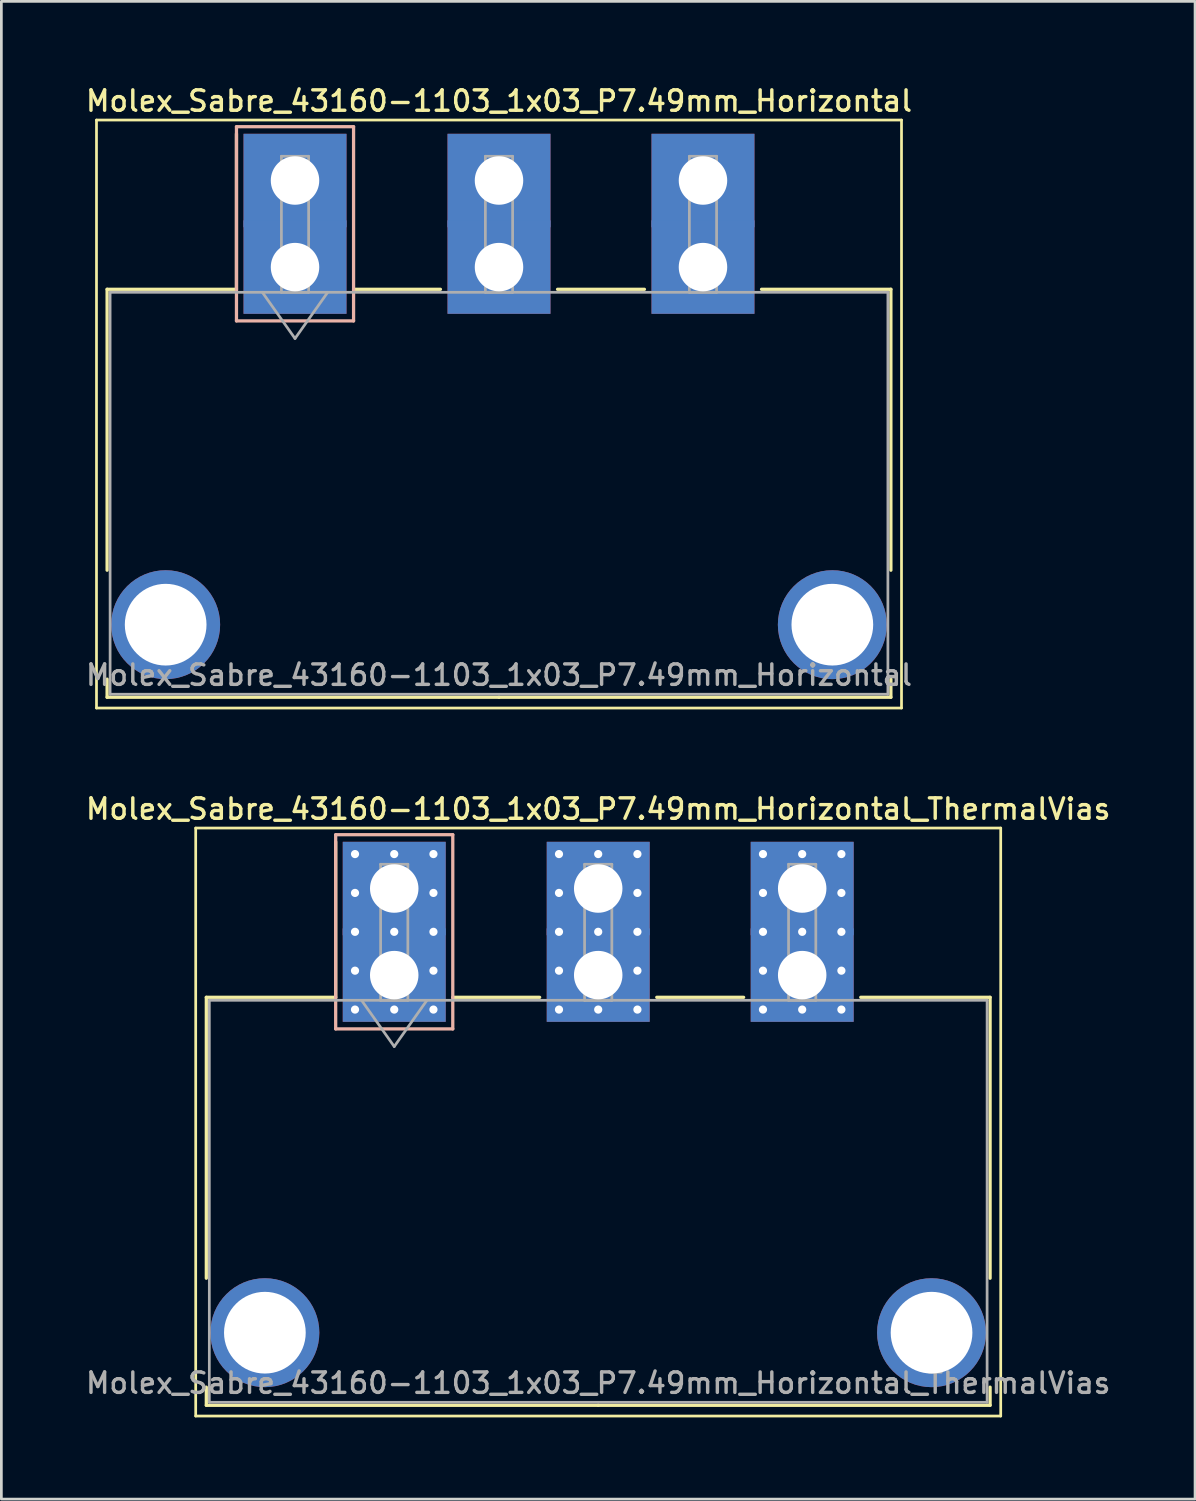
<source format=kicad_pcb>
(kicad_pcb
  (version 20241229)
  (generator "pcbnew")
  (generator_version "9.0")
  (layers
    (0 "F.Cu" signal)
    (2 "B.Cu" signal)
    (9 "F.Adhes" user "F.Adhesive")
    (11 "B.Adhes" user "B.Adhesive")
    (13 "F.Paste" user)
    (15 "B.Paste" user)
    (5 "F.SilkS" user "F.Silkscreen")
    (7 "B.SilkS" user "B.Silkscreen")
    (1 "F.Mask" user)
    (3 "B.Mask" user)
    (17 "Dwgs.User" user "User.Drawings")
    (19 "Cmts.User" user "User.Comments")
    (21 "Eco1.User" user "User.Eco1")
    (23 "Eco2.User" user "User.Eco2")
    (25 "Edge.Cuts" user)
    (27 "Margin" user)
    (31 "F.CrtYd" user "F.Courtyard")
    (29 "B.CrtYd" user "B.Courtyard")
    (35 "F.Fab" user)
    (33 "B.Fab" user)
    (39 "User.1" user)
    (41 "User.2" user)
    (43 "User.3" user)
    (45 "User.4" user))
  (footprint "Molex_Sabre_43160-1103_1x03_P7.49mm_Horizontal"
    (layer "F.Cu")
    (at 7.783 6.758)
    (property "Reference" "Molex_Sabre_43160-1103_1x03_P7.49mm_Horizontal" (at 7.49 -6.1 0) (layer "F.SilkS") (effects (font (size 0.75 0.75) (thickness 0.125))))
    (attr through_hole)
    (fp_line (start -7.29 -5.4) (end -7.29 16.19) (stroke (width 0.1) (type solid)) (layer "F.SilkS"))
    (fp_line (start -7.29 16.19) (end 22.27 16.19) (stroke (width 0.1) (type solid)) (layer "F.SilkS"))
    (fp_line (start -6.9 0.815) (end -6.9 11.13) (stroke (width 0.12) (type solid)) (layer "F.SilkS"))
    (fp_line (start -6.9 15.13) (end -6.9 15.795) (stroke (width 0.12) (type solid)) (layer "F.SilkS"))
    (fp_line (start -6.9 15.795) (end 7.49 15.795) (stroke (width 0.12) (type solid)) (layer "F.SilkS"))
    (fp_line (start -2.15 0.815) (end -6.9 0.815) (stroke (width 0.12) (type solid)) (layer "F.SilkS"))
    (fp_line (start -2.15 0.815) (end -2.15 -4.895) (stroke (width 0.12) (type solid)) (layer "F.SilkS"))
    (fp_line (start 2.15 0.815) (end 5.34 0.815) (stroke (width 0.12) (type solid)) (layer "F.SilkS"))
    (fp_line (start 9.64 0.815) (end 12.83 0.815) (stroke (width 0.12) (type solid)) (layer "F.SilkS"))
    (fp_line (start 17.13 0.815) (end 21.88 0.815) (stroke (width 0.12) (type solid)) (layer "F.SilkS"))
    (fp_line (start 21.88 0.815) (end 21.88 11.13) (stroke (width 0.12) (type solid)) (layer "F.SilkS"))
    (fp_line (start 21.88 15.13) (end 21.88 15.795) (stroke (width 0.12) (type solid)) (layer "F.SilkS"))
    (fp_line (start 21.88 15.795) (end 7.49 15.795) (stroke (width 0.12) (type solid)) (layer "F.SilkS"))
    (fp_line (start 22.27 -5.4) (end -7.29 -5.4) (stroke (width 0.1) (type solid)) (layer "F.SilkS"))
    (fp_line (start 22.27 16.19) (end 22.27 -5.4) (stroke (width 0.1) (type solid)) (layer "F.SilkS"))
    (fp_line (start -2.15 -5.155) (end -2.15 1.975) (stroke (width 0.12) (type solid)) (layer "B.SilkS"))
    (fp_line (start -2.15 1.975) (end 2.15 1.975) (stroke (width 0.12) (type solid)) (layer "B.SilkS"))
    (fp_line (start 2.15 -5.155) (end -2.15 -5.155) (stroke (width 0.12) (type solid)) (layer "B.SilkS"))
    (fp_line (start 2.15 1.975) (end 2.15 -5.155) (stroke (width 0.12) (type solid)) (layer "B.SilkS"))
    (fp_line (start -6.79 0.925) (end -6.79 15.685) (stroke (width 0.1) (type solid)) (layer "F.Fab"))
    (fp_line (start -6.79 15.685) (end 21.77 15.685) (stroke (width 0.1) (type solid)) (layer "F.Fab"))
    (fp_line (start -1.2 0.925) (end 0 2.622) (stroke (width 0.1) (type solid)) (layer "F.Fab"))
    (fp_line (start -0.5 -4.07) (end 0.5 -4.07) (stroke (width 0.1) (type solid)) (layer "F.Fab"))
    (fp_line (start -0.5 0.925) (end -0.5 -4.07) (stroke (width 0.1) (type solid)) (layer "F.Fab"))
    (fp_line (start 0 2.622) (end 1.2 0.925) (stroke (width 0.1) (type solid)) (layer "F.Fab"))
    (fp_line (start 0.5 -4.07) (end 0.5 0.925) (stroke (width 0.1) (type solid)) (layer "F.Fab"))
    (fp_line (start 0.5 0.925) (end -0.5 0.925) (stroke (width 0.1) (type solid)) (layer "F.Fab"))
    (fp_line (start 6.99 -4.07) (end 7.99 -4.07) (stroke (width 0.1) (type solid)) (layer "F.Fab"))
    (fp_line (start 6.99 0.925) (end 6.99 -4.07) (stroke (width 0.1) (type solid)) (layer "F.Fab"))
    (fp_line (start 7.99 -4.07) (end 7.99 0.925) (stroke (width 0.1) (type solid)) (layer "F.Fab"))
    (fp_line (start 7.99 0.925) (end 6.99 0.925) (stroke (width 0.1) (type solid)) (layer "F.Fab"))
    (fp_line (start 14.48 -4.07) (end 15.48 -4.07) (stroke (width 0.1) (type solid)) (layer "F.Fab"))
    (fp_line (start 14.48 0.925) (end 14.48 -4.07) (stroke (width 0.1) (type solid)) (layer "F.Fab"))
    (fp_line (start 15.48 -4.07) (end 15.48 0.925) (stroke (width 0.1) (type solid)) (layer "F.Fab"))
    (fp_line (start 15.48 0.925) (end 14.48 0.925) (stroke (width 0.1) (type solid)) (layer "F.Fab"))
    (fp_line (start 21.77 0.925) (end -6.79 0.925) (stroke (width 0.1) (type solid)) (layer "F.Fab"))
    (fp_line (start 21.77 15.685) (end 21.77 0.925) (stroke (width 0.1) (type solid)) (layer "F.Fab"))
    (fp_text user "${REFERENCE}" (at 7.49 14.98 0) (layer "F.Fab") (effects (font (size 0.75 0.75) (thickness 0.125))))
    (pad "" thru_hole circle (at -4.75 13.13) (size 4 4) (drill 3) (layers "*.Cu" "*.Mask"))
    (pad "" thru_hole circle (at 19.73 13.13) (size 4 4) (drill 3) (layers "*.Cu" "*.Mask"))
    (pad "1" thru_hole rect (at 0 -3.18) (size 3.78 3.43) (drill 1.78) (layers "*.Cu" "*.Mask"))
    (pad "1" thru_hole rect (at 0 0) (size 3.78 3.43) (drill 1.78) (layers "*.Cu" "*.Mask"))
    (pad "2" thru_hole rect (at 7.49 -3.18) (size 3.78 3.43) (drill 1.78) (layers "*.Cu" "*.Mask"))
    (pad "2" thru_hole rect (at 7.49 0) (size 3.78 3.43) (drill 1.78) (layers "*.Cu" "*.Mask"))
    (pad "3" thru_hole rect (at 14.98 -3.18) (size 3.78 3.43) (drill 1.78) (layers "*.Cu" "*.Mask"))
    (pad "3" thru_hole rect (at 14.98 0) (size 3.78 3.43) (drill 1.78) (layers "*.Cu" "*.Mask")))
  (footprint "Molex_Sabre_43160-1103_1x03_P7.49mm_Horizontal_ThermalVias"
    (layer "F.Cu")
    (at 11.426 32.756)
    (property "Reference" "Molex_Sabre_43160-1103_1x03_P7.49mm_Horizontal_ThermalVias" (at 7.49 -6.1 0) (layer "F.SilkS") (effects (font (size 0.75 0.75) (thickness 0.125))))
    (attr through_hole)
    (fp_line (start -7.29 -5.4) (end -7.29 16.19) (stroke (width 0.1) (type solid)) (layer "F.SilkS"))
    (fp_line (start -7.29 16.19) (end 22.27 16.19) (stroke (width 0.1) (type solid)) (layer "F.SilkS"))
    (fp_line (start -6.9 0.815) (end -6.9 11.13) (stroke (width 0.12) (type solid)) (layer "F.SilkS"))
    (fp_line (start -6.9 15.13) (end -6.9 15.795) (stroke (width 0.12) (type solid)) (layer "F.SilkS"))
    (fp_line (start -6.9 15.795) (end 7.49 15.795) (stroke (width 0.12) (type solid)) (layer "F.SilkS"))
    (fp_line (start -2.15 0.815) (end -6.9 0.815) (stroke (width 0.12) (type solid)) (layer "F.SilkS"))
    (fp_line (start -2.15 0.815) (end -2.15 -4.895) (stroke (width 0.12) (type solid)) (layer "F.SilkS"))
    (fp_line (start 2.15 0.815) (end 5.34 0.815) (stroke (width 0.12) (type solid)) (layer "F.SilkS"))
    (fp_line (start 9.64 0.815) (end 12.83 0.815) (stroke (width 0.12) (type solid)) (layer "F.SilkS"))
    (fp_line (start 17.13 0.815) (end 21.88 0.815) (stroke (width 0.12) (type solid)) (layer "F.SilkS"))
    (fp_line (start 21.88 0.815) (end 21.88 11.13) (stroke (width 0.12) (type solid)) (layer "F.SilkS"))
    (fp_line (start 21.88 15.13) (end 21.88 15.795) (stroke (width 0.12) (type solid)) (layer "F.SilkS"))
    (fp_line (start 21.88 15.795) (end 7.49 15.795) (stroke (width 0.12) (type solid)) (layer "F.SilkS"))
    (fp_line (start 22.27 -5.4) (end -7.29 -5.4) (stroke (width 0.1) (type solid)) (layer "F.SilkS"))
    (fp_line (start 22.27 16.19) (end 22.27 -5.4) (stroke (width 0.1) (type solid)) (layer "F.SilkS"))
    (fp_line (start -2.15 -5.155) (end -2.15 1.975) (stroke (width 0.12) (type solid)) (layer "B.SilkS"))
    (fp_line (start -2.15 1.975) (end 2.15 1.975) (stroke (width 0.12) (type solid)) (layer "B.SilkS"))
    (fp_line (start 2.15 -5.155) (end -2.15 -5.155) (stroke (width 0.12) (type solid)) (layer "B.SilkS"))
    (fp_line (start 2.15 1.975) (end 2.15 -5.155) (stroke (width 0.12) (type solid)) (layer "B.SilkS"))
    (fp_line (start -6.79 0.925) (end -6.79 15.685) (stroke (width 0.1) (type solid)) (layer "F.Fab"))
    (fp_line (start -6.79 15.685) (end 21.77 15.685) (stroke (width 0.1) (type solid)) (layer "F.Fab"))
    (fp_line (start -1.2 0.925) (end 0 2.622) (stroke (width 0.1) (type solid)) (layer "F.Fab"))
    (fp_line (start -0.5 -4.07) (end 0.5 -4.07) (stroke (width 0.1) (type solid)) (layer "F.Fab"))
    (fp_line (start -0.5 0.925) (end -0.5 -4.07) (stroke (width 0.1) (type solid)) (layer "F.Fab"))
    (fp_line (start 0 2.622) (end 1.2 0.925) (stroke (width 0.1) (type solid)) (layer "F.Fab"))
    (fp_line (start 0.5 -4.07) (end 0.5 0.925) (stroke (width 0.1) (type solid)) (layer "F.Fab"))
    (fp_line (start 0.5 0.925) (end -0.5 0.925) (stroke (width 0.1) (type solid)) (layer "F.Fab"))
    (fp_line (start 6.99 -4.07) (end 7.99 -4.07) (stroke (width 0.1) (type solid)) (layer "F.Fab"))
    (fp_line (start 6.99 0.925) (end 6.99 -4.07) (stroke (width 0.1) (type solid)) (layer "F.Fab"))
    (fp_line (start 7.99 -4.07) (end 7.99 0.925) (stroke (width 0.1) (type solid)) (layer "F.Fab"))
    (fp_line (start 7.99 0.925) (end 6.99 0.925) (stroke (width 0.1) (type solid)) (layer "F.Fab"))
    (fp_line (start 14.48 -4.07) (end 15.48 -4.07) (stroke (width 0.1) (type solid)) (layer "F.Fab"))
    (fp_line (start 14.48 0.925) (end 14.48 -4.07) (stroke (width 0.1) (type solid)) (layer "F.Fab"))
    (fp_line (start 15.48 -4.07) (end 15.48 0.925) (stroke (width 0.1) (type solid)) (layer "F.Fab"))
    (fp_line (start 15.48 0.925) (end 14.48 0.925) (stroke (width 0.1) (type solid)) (layer "F.Fab"))
    (fp_line (start 21.77 0.925) (end -6.79 0.925) (stroke (width 0.1) (type solid)) (layer "F.Fab"))
    (fp_line (start 21.77 15.685) (end 21.77 0.925) (stroke (width 0.1) (type solid)) (layer "F.Fab"))
    (fp_text user "${REFERENCE}" (at 7.49 14.98 0) (layer "F.Fab") (effects (font (size 0.75 0.75) (thickness 0.125))))
    (pad "" thru_hole circle (at -4.75 13.13) (size 4 4) (drill 3) (layers "*.Cu" "*.Mask"))
    (pad "" thru_hole circle (at 19.73 13.13) (size 4 4) (drill 3) (layers "*.Cu" "*.Mask"))
    (pad "1" thru_hole rect (at -1.44 -4.445) (size 0.6 0.6) (drill 0.3) (layers "*.Cu" "*.Mask"))
    (pad "1" thru_hole rect (at -1.44 -3.018) (size 0.6 0.6) (drill 0.3) (layers "*.Cu" "*.Mask"))
    (pad "1" thru_hole rect (at -1.44 -1.59) (size 0.6 0.6) (drill 0.3) (layers "*.Cu" "*.Mask"))
    (pad "1" thru_hole rect (at -1.44 -0.163) (size 0.6 0.6) (drill 0.3) (layers "*.Cu" "*.Mask"))
    (pad "1" thru_hole rect (at -1.44 1.265) (size 0.6 0.6) (drill 0.3) (layers "*.Cu" "*.Mask"))
    (pad "1" thru_hole rect (at 0 -4.445) (size 0.6 0.6) (drill 0.3) (layers "*.Cu" "*.Mask"))
    (pad "1" thru_hole rect (at 0 -3.18) (size 3.78 3.43) (drill 1.78) (layers "*.Cu" "*.Mask"))
    (pad "1" thru_hole rect (at 0 -1.59) (size 0.6 0.6) (drill 0.3) (layers "*.Cu" "*.Mask"))
    (pad "1" thru_hole rect (at 0 0) (size 3.78 3.43) (drill 1.78) (layers "*.Cu" "*.Mask"))
    (pad "1" thru_hole rect (at 0 1.265) (size 0.6 0.6) (drill 0.3) (layers "*.Cu" "*.Mask"))
    (pad "1" thru_hole rect (at 1.44 -4.445) (size 0.6 0.6) (drill 0.3) (layers "*.Cu" "*.Mask"))
    (pad "1" thru_hole rect (at 1.44 -3.018) (size 0.6 0.6) (drill 0.3) (layers "*.Cu" "*.Mask"))
    (pad "1" thru_hole rect (at 1.44 -1.59) (size 0.6 0.6) (drill 0.3) (layers "*.Cu" "*.Mask"))
    (pad "1" thru_hole rect (at 1.44 -0.163) (size 0.6 0.6) (drill 0.3) (layers "*.Cu" "*.Mask"))
    (pad "1" thru_hole rect (at 1.44 1.265) (size 0.6 0.6) (drill 0.3) (layers "*.Cu" "*.Mask"))
    (pad "2" thru_hole circle (at 6.05 -4.445) (size 0.6 0.6) (drill 0.3) (layers "*.Cu" "*.Mask"))
    (pad "2" thru_hole circle (at 6.05 -3.018) (size 0.6 0.6) (drill 0.3) (layers "*.Cu" "*.Mask"))
    (pad "2" thru_hole circle (at 6.05 -1.59) (size 0.6 0.6) (drill 0.3) (layers "*.Cu" "*.Mask"))
    (pad "2" thru_hole circle (at 6.05 -0.163) (size 0.6 0.6) (drill 0.3) (layers "*.Cu" "*.Mask"))
    (pad "2" thru_hole circle (at 6.05 1.265) (size 0.6 0.6) (drill 0.3) (layers "*.Cu" "*.Mask"))
    (pad "2" thru_hole circle (at 7.49 -4.445) (size 0.6 0.6) (drill 0.3) (layers "*.Cu" "*.Mask"))
    (pad "2" thru_hole rect (at 7.49 -3.18) (size 3.78 3.43) (drill 1.78) (layers "*.Cu" "*.Mask"))
    (pad "2" thru_hole circle (at 7.49 -1.59) (size 0.6 0.6) (drill 0.3) (layers "*.Cu" "*.Mask"))
    (pad "2" thru_hole rect (at 7.49 0) (size 3.78 3.43) (drill 1.78) (layers "*.Cu" "*.Mask"))
    (pad "2" thru_hole circle (at 7.49 1.265) (size 0.6 0.6) (drill 0.3) (layers "*.Cu" "*.Mask"))
    (pad "2" thru_hole circle (at 8.93 -4.445) (size 0.6 0.6) (drill 0.3) (layers "*.Cu" "*.Mask"))
    (pad "2" thru_hole circle (at 8.93 -3.018) (size 0.6 0.6) (drill 0.3) (layers "*.Cu" "*.Mask"))
    (pad "2" thru_hole circle (at 8.93 -1.59) (size 0.6 0.6) (drill 0.3) (layers "*.Cu" "*.Mask"))
    (pad "2" thru_hole circle (at 8.93 -0.163) (size 0.6 0.6) (drill 0.3) (layers "*.Cu" "*.Mask"))
    (pad "2" thru_hole circle (at 8.93 1.265) (size 0.6 0.6) (drill 0.3) (layers "*.Cu" "*.Mask"))
    (pad "3" thru_hole circle (at 13.54 -4.445) (size 0.6 0.6) (drill 0.3) (layers "*.Cu" "*.Mask"))
    (pad "3" thru_hole circle (at 13.54 -3.018) (size 0.6 0.6) (drill 0.3) (layers "*.Cu" "*.Mask"))
    (pad "3" thru_hole circle (at 13.54 -1.59) (size 0.6 0.6) (drill 0.3) (layers "*.Cu" "*.Mask"))
    (pad "3" thru_hole circle (at 13.54 -0.163) (size 0.6 0.6) (drill 0.3) (layers "*.Cu" "*.Mask"))
    (pad "3" thru_hole circle (at 13.54 1.265) (size 0.6 0.6) (drill 0.3) (layers "*.Cu" "*.Mask"))
    (pad "3" thru_hole circle (at 14.98 -4.445) (size 0.6 0.6) (drill 0.3) (layers "*.Cu" "*.Mask"))
    (pad "3" thru_hole rect (at 14.98 -3.18) (size 3.78 3.43) (drill 1.78) (layers "*.Cu" "*.Mask"))
    (pad "3" thru_hole circle (at 14.98 -1.59) (size 0.6 0.6) (drill 0.3) (layers "*.Cu" "*.Mask"))
    (pad "3" thru_hole rect (at 14.98 0) (size 3.78 3.43) (drill 1.78) (layers "*.Cu" "*.Mask"))
    (pad "3" thru_hole circle (at 14.98 1.265) (size 0.6 0.6) (drill 0.3) (layers "*.Cu" "*.Mask"))
    (pad "3" thru_hole circle (at 16.42 -4.445) (size 0.6 0.6) (drill 0.3) (layers "*.Cu" "*.Mask"))
    (pad "3" thru_hole circle (at 16.42 -3.018) (size 0.6 0.6) (drill 0.3) (layers "*.Cu" "*.Mask"))
    (pad "3" thru_hole circle (at 16.42 -1.59) (size 0.6 0.6) (drill 0.3) (layers "*.Cu" "*.Mask"))
    (pad "3" thru_hole circle (at 16.42 -0.163) (size 0.6 0.6) (drill 0.3) (layers "*.Cu" "*.Mask"))
    (pad "3" thru_hole circle (at 16.42 1.265) (size 0.6 0.6) (drill 0.3) (layers "*.Cu" "*.Mask")))
  (gr_rect
    (start -3 -3)
    (end 40.832 51.996)
    (stroke (width 0.1) (type default))
    (fill no)
    (layer "Edge.Cuts")))
</source>
